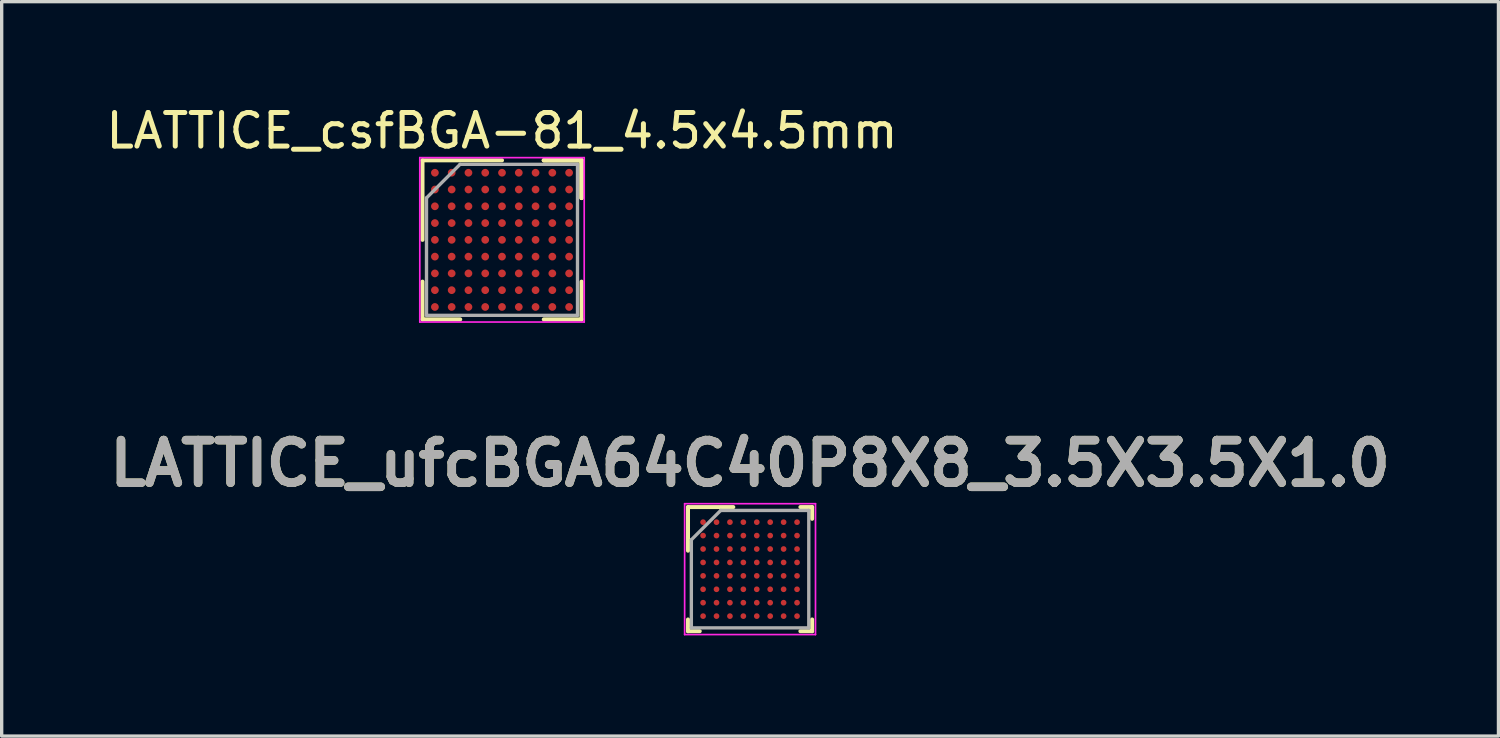
<source format=kicad_pcb>
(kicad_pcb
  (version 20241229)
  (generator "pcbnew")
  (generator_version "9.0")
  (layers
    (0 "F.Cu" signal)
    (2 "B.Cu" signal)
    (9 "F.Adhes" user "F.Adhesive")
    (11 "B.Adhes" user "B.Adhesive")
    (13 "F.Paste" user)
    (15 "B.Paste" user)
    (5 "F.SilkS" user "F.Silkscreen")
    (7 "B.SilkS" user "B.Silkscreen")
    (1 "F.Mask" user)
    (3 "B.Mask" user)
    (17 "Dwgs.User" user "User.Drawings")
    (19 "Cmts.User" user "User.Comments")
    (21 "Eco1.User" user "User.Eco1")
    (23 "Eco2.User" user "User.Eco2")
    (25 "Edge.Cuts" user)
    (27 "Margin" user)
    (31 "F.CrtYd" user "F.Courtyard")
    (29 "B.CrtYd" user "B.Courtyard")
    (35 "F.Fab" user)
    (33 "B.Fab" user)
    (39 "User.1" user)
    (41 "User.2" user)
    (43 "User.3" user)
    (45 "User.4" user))
  (footprint "LATTICE_ufcBGA64C40P8X8_3.5X3.5X1.0"
    (layer "F.Cu")
    (at 19.304 13.912)
    (property "Reference" "LATTICE_ufcBGA64C40P8X8_3.5X3.5X1.0" (at 0 -3.15 0) (layer "F.SilkS") (effects (font (size 1.27 1.27) (thickness 0.254))))
    (attr smd)
    (fp_line (start -1.85 -1.85) (end -0.5 -1.85) (stroke (width 0.12) (type solid)) (layer "F.SilkS"))
    (fp_line (start -1.85 -0.55) (end -1.85 -1.85) (stroke (width 0.12) (type solid)) (layer "F.SilkS"))
    (fp_line (start -1.85 1.85) (end -1.85 1.5) (stroke (width 0.12) (type solid)) (layer "F.SilkS"))
    (fp_line (start -1.5 1.85) (end -1.85 1.85) (stroke (width 0.12) (type solid)) (layer "F.SilkS"))
    (fp_line (start 1.5 -1.85) (end 1.85 -1.85) (stroke (width 0.12) (type solid)) (layer "F.SilkS"))
    (fp_line (start 1.85 -1.85) (end 1.85 -1.5) (stroke (width 0.12) (type solid)) (layer "F.SilkS"))
    (fp_line (start 1.85 1.5) (end 1.85 1.85) (stroke (width 0.12) (type solid)) (layer "F.SilkS"))
    (fp_line (start 1.85 1.85) (end 1.5 1.85) (stroke (width 0.12) (type solid)) (layer "F.SilkS"))
    (fp_line (start -1.95 -1.95) (end 1.95 -1.95) (stroke (width 0.05) (type solid)) (layer "F.CrtYd"))
    (fp_line (start -1.95 1.95) (end -1.95 -1.95) (stroke (width 0.05) (type solid)) (layer "F.CrtYd"))
    (fp_line (start 1.95 -1.95) (end 1.95 1.95) (stroke (width 0.05) (type solid)) (layer "F.CrtYd"))
    (fp_line (start 1.95 1.95) (end -1.95 1.95) (stroke (width 0.05) (type solid)) (layer "F.CrtYd"))
    (fp_line (start -1.75 -0.875) (end -0.875 -1.75) (stroke (width 0.1) (type solid)) (layer "F.Fab"))
    (fp_line (start -1.75 1.75) (end -1.75 -0.875) (stroke (width 0.1) (type solid)) (layer "F.Fab"))
    (fp_line (start -0.875 -1.75) (end 1.75 -1.75) (stroke (width 0.1) (type solid)) (layer "F.Fab"))
    (fp_line (start 1.75 -1.75) (end 1.75 1.75) (stroke (width 0.1) (type solid)) (layer "F.Fab"))
    (fp_line (start 1.75 1.75) (end -1.75 1.75) (stroke (width 0.1) (type solid)) (layer "F.Fab"))
    (fp_text user "${REFERENCE}" (at 0 -3.15 0) (layer "F.Fab") (effects (font (size 1.27 1.27) (thickness 0.254))))
    (pad "A1" smd circle (at -1.4 -1.4 90) (size 0.17 0.17) (layers "F.Cu" "F.Mask" "F.Paste"))
    (pad "A2" smd circle (at -1 -1.4 90) (size 0.17 0.17) (layers "F.Cu" "F.Mask" "F.Paste"))
    (pad "A3" smd circle (at -0.6 -1.4 90) (size 0.17 0.17) (layers "F.Cu" "F.Mask" "F.Paste"))
    (pad "A4" smd circle (at -0.2 -1.4 90) (size 0.17 0.17) (layers "F.Cu" "F.Mask" "F.Paste"))
    (pad "A5" smd circle (at 0.2 -1.4 90) (size 0.17 0.17) (layers "F.Cu" "F.Mask" "F.Paste"))
    (pad "A6" smd circle (at 0.6 -1.4 90) (size 0.17 0.17) (layers "F.Cu" "F.Mask" "F.Paste"))
    (pad "A7" smd circle (at 1 -1.4 90) (size 0.17 0.17) (layers "F.Cu" "F.Mask" "F.Paste"))
    (pad "A8" smd circle (at 1.4 -1.4 90) (size 0.17 0.17) (layers "F.Cu" "F.Mask" "F.Paste"))
    (pad "B1" smd circle (at -1.4 -1 90) (size 0.17 0.17) (layers "F.Cu" "F.Mask" "F.Paste"))
    (pad "B2" smd circle (at -1 -1 90) (size 0.17 0.17) (layers "F.Cu" "F.Mask" "F.Paste"))
    (pad "B3" smd circle (at -0.6 -1 90) (size 0.17 0.17) (layers "F.Cu" "F.Mask" "F.Paste"))
    (pad "B4" smd circle (at -0.2 -1 90) (size 0.17 0.17) (layers "F.Cu" "F.Mask" "F.Paste"))
    (pad "B5" smd circle (at 0.2 -1 90) (size 0.17 0.17) (layers "F.Cu" "F.Mask" "F.Paste"))
    (pad "B6" smd circle (at 0.6 -1 90) (size 0.17 0.17) (layers "F.Cu" "F.Mask" "F.Paste"))
    (pad "B7" smd circle (at 1 -1 90) (size 0.17 0.17) (layers "F.Cu" "F.Mask" "F.Paste"))
    (pad "B8" smd circle (at 1.4 -1 90) (size 0.17 0.17) (layers "F.Cu" "F.Mask" "F.Paste"))
    (pad "C1" smd circle (at -1.4 -0.6 90) (size 0.17 0.17) (layers "F.Cu" "F.Mask" "F.Paste"))
    (pad "C2" smd circle (at -1 -0.6 90) (size 0.17 0.17) (layers "F.Cu" "F.Mask" "F.Paste"))
    (pad "C3" smd circle (at -0.6 -0.6 90) (size 0.17 0.17) (layers "F.Cu" "F.Mask" "F.Paste"))
    (pad "C4" smd circle (at -0.2 -0.6 90) (size 0.17 0.17) (layers "F.Cu" "F.Mask" "F.Paste"))
    (pad "C5" smd circle (at 0.2 -0.6 90) (size 0.17 0.17) (layers "F.Cu" "F.Mask" "F.Paste"))
    (pad "C6" smd circle (at 0.6 -0.6 90) (size 0.17 0.17) (layers "F.Cu" "F.Mask" "F.Paste"))
    (pad "C7" smd circle (at 1 -0.6 90) (size 0.17 0.17) (layers "F.Cu" "F.Mask" "F.Paste"))
    (pad "C8" smd circle (at 1.4 -0.6 90) (size 0.17 0.17) (layers "F.Cu" "F.Mask" "F.Paste"))
    (pad "D1" smd circle (at -1.4 -0.2 90) (size 0.17 0.17) (layers "F.Cu" "F.Mask" "F.Paste"))
    (pad "D2" smd circle (at -1 -0.2 90) (size 0.17 0.17) (layers "F.Cu" "F.Mask" "F.Paste"))
    (pad "D3" smd circle (at -0.6 -0.2 90) (size 0.17 0.17) (layers "F.Cu" "F.Mask" "F.Paste"))
    (pad "D4" smd circle (at -0.2 -0.2 90) (size 0.17 0.17) (layers "F.Cu" "F.Mask" "F.Paste"))
    (pad "D5" smd circle (at 0.2 -0.2 90) (size 0.17 0.17) (layers "F.Cu" "F.Mask" "F.Paste"))
    (pad "D6" smd circle (at 0.6 -0.2 90) (size 0.17 0.17) (layers "F.Cu" "F.Mask" "F.Paste"))
    (pad "D7" smd circle (at 1 -0.2 90) (size 0.17 0.17) (layers "F.Cu" "F.Mask" "F.Paste"))
    (pad "D8" smd circle (at 1.4 -0.2 90) (size 0.17 0.17) (layers "F.Cu" "F.Mask" "F.Paste"))
    (pad "E1" smd circle (at -1.4 0.2 90) (size 0.17 0.17) (layers "F.Cu" "F.Mask" "F.Paste"))
    (pad "E2" smd circle (at -1 0.2 90) (size 0.17 0.17) (layers "F.Cu" "F.Mask" "F.Paste"))
    (pad "E3" smd circle (at -0.6 0.2 90) (size 0.17 0.17) (layers "F.Cu" "F.Mask" "F.Paste"))
    (pad "E4" smd circle (at -0.2 0.2 90) (size 0.17 0.17) (layers "F.Cu" "F.Mask" "F.Paste"))
    (pad "E5" smd circle (at 0.2 0.2 90) (size 0.17 0.17) (layers "F.Cu" "F.Mask" "F.Paste"))
    (pad "E6" smd circle (at 0.6 0.2 90) (size 0.17 0.17) (layers "F.Cu" "F.Mask" "F.Paste"))
    (pad "E7" smd circle (at 1 0.2 90) (size 0.17 0.17) (layers "F.Cu" "F.Mask" "F.Paste"))
    (pad "E8" smd circle (at 1.4 0.2 90) (size 0.17 0.17) (layers "F.Cu" "F.Mask" "F.Paste"))
    (pad "F1" smd circle (at -1.4 0.6 90) (size 0.17 0.17) (layers "F.Cu" "F.Mask" "F.Paste"))
    (pad "F2" smd circle (at -1 0.6 90) (size 0.17 0.17) (layers "F.Cu" "F.Mask" "F.Paste"))
    (pad "F3" smd circle (at -0.6 0.6 90) (size 0.17 0.17) (layers "F.Cu" "F.Mask" "F.Paste"))
    (pad "F4" smd circle (at -0.2 0.6 90) (size 0.17 0.17) (layers "F.Cu" "F.Mask" "F.Paste"))
    (pad "F5" smd circle (at 0.2 0.6 90) (size 0.17 0.17) (layers "F.Cu" "F.Mask" "F.Paste"))
    (pad "F6" smd circle (at 0.6 0.6 90) (size 0.17 0.17) (layers "F.Cu" "F.Mask" "F.Paste"))
    (pad "F7" smd circle (at 1 0.6 90) (size 0.17 0.17) (layers "F.Cu" "F.Mask" "F.Paste"))
    (pad "F8" smd circle (at 1.4 0.6 90) (size 0.17 0.17) (layers "F.Cu" "F.Mask" "F.Paste"))
    (pad "G1" smd circle (at -1.4 1 90) (size 0.17 0.17) (layers "F.Cu" "F.Mask" "F.Paste"))
    (pad "G2" smd circle (at -1 1 90) (size 0.17 0.17) (layers "F.Cu" "F.Mask" "F.Paste"))
    (pad "G3" smd circle (at -0.6 1 90) (size 0.17 0.17) (layers "F.Cu" "F.Mask" "F.Paste"))
    (pad "G4" smd circle (at -0.2 1 90) (size 0.17 0.17) (layers "F.Cu" "F.Mask" "F.Paste"))
    (pad "G5" smd circle (at 0.2 1 90) (size 0.17 0.17) (layers "F.Cu" "F.Mask" "F.Paste"))
    (pad "G6" smd circle (at 0.6 1 90) (size 0.17 0.17) (layers "F.Cu" "F.Mask" "F.Paste"))
    (pad "G7" smd circle (at 1 1 90) (size 0.17 0.17) (layers "F.Cu" "F.Mask" "F.Paste"))
    (pad "G8" smd circle (at 1.4 1 90) (size 0.17 0.17) (layers "F.Cu" "F.Mask" "F.Paste"))
    (pad "H1" smd circle (at -1.4 1.4 90) (size 0.17 0.17) (layers "F.Cu" "F.Mask" "F.Paste"))
    (pad "H2" smd circle (at -1 1.4 90) (size 0.17 0.17) (layers "F.Cu" "F.Mask" "F.Paste"))
    (pad "H3" smd circle (at -0.6 1.4 90) (size 0.17 0.17) (layers "F.Cu" "F.Mask" "F.Paste"))
    (pad "H4" smd circle (at -0.2 1.4 90) (size 0.17 0.17) (layers "F.Cu" "F.Mask" "F.Paste"))
    (pad "H5" smd circle (at 0.2 1.4 90) (size 0.17 0.17) (layers "F.Cu" "F.Mask" "F.Paste"))
    (pad "H6" smd circle (at 0.6 1.4 90) (size 0.17 0.17) (layers "F.Cu" "F.Mask" "F.Paste"))
    (pad "H7" smd circle (at 1 1.4 90) (size 0.17 0.17) (layers "F.Cu" "F.Mask" "F.Paste"))
    (pad "H8" smd circle (at 1.4 1.4 90) (size 0.17 0.17) (layers "F.Cu" "F.Mask" "F.Paste")))
  (footprint "LATTICE_csfBGA-81_4.5x4.5mm"
    (layer "F.Cu")
    (at 11.911 4.098)
    (property "Reference" "LATTICE_csfBGA-81_4.5x4.5mm" (at 0 -3.25 0) (layer "F.SilkS") (effects (font (size 1 1) (thickness 0.15))))
    (attr through_hole)
    (fp_line (start -2.37 -2.37) (end 0 -2.37) (stroke (width 0.12) (type default)) (layer "F.SilkS"))
    (fp_line (start -2.37 0) (end -2.37 -2.37) (stroke (width 0.12) (type default)) (layer "F.SilkS"))
    (fp_line (start -2.37 2.37) (end -2.37 1.245) (stroke (width 0.12) (type default)) (layer "F.SilkS"))
    (fp_line (start -1.245 2.37) (end -2.37 2.37) (stroke (width 0.12) (type default)) (layer "F.SilkS"))
    (fp_line (start 1.245 -2.37) (end 2.37 -2.37) (stroke (width 0.12) (type default)) (layer "F.SilkS"))
    (fp_line (start 1.245 -2.37) (end 2.37 -2.37) (stroke (width 0.12) (type default)) (layer "F.SilkS"))
    (fp_line (start 1.245 -2.37) (end 2.37 -2.37) (stroke (width 0.12) (type default)) (layer "F.SilkS"))
    (fp_line (start 1.245 2.37) (end 2.37 2.37) (stroke (width 0.12) (type default)) (layer "F.SilkS"))
    (fp_line (start 2.37 -2.37) (end 2.37 -1.245) (stroke (width 0.12) (type default)) (layer "F.SilkS"))
    (fp_line (start 2.37 -2.37) (end 2.37 -1.245) (stroke (width 0.12) (type default)) (layer "F.SilkS"))
    (fp_line (start 2.37 -2.37) (end 2.37 -1.245) (stroke (width 0.12) (type default)) (layer "F.SilkS"))
    (fp_line (start 2.37 2.37) (end 2.37 1.245) (stroke (width 0.12) (type default)) (layer "F.SilkS"))
    (fp_line (start -2.45 -2.45) (end 2.45 -2.45) (stroke (width 0.05) (type default)) (layer "F.CrtYd"))
    (fp_line (start -2.45 2.45) (end -2.45 -2.45) (stroke (width 0.05) (type default)) (layer "F.CrtYd"))
    (fp_line (start 2.45 -2.45) (end 2.45 2.45) (stroke (width 0.05) (type default)) (layer "F.CrtYd"))
    (fp_line (start 2.45 2.45) (end -2.45 2.45) (stroke (width 0.05) (type default)) (layer "F.CrtYd"))
    (fp_line (start -2.25 -1.25) (end -2.25 2.25) (stroke (width 0.1) (type default)) (layer "F.Fab"))
    (fp_line (start -2.25 2.25) (end 2.25 2.25) (stroke (width 0.1) (type default)) (layer "F.Fab"))
    (fp_line (start -1.25 -2.25) (end -2.25 -1.25) (stroke (width 0.1) (type default)) (layer "F.Fab"))
    (fp_line (start 2.25 -2.25) (end -1.25 -2.25) (stroke (width 0.1) (type default)) (layer "F.Fab"))
    (fp_line (start 2.25 2.25) (end 2.25 -2.25) (stroke (width 0.1) (type default)) (layer "F.Fab"))
    (pad "A1" smd circle (at -2 -2) (size 0.23 0.23) (layers "F.Cu" "F.Mask" "F.Paste"))
    (pad "A2" smd circle (at -1.5 -2) (size 0.23 0.23) (layers "F.Cu" "F.Mask" "F.Paste"))
    (pad "A3" smd circle (at -1 -2) (size 0.23 0.23) (layers "F.Cu" "F.Mask" "F.Paste"))
    (pad "A4" smd circle (at -0.5 -2) (size 0.23 0.23) (layers "F.Cu" "F.Mask" "F.Paste"))
    (pad "A5" smd circle (at 0 -2) (size 0.23 0.23) (layers "F.Cu" "F.Mask" "F.Paste"))
    (pad "A6" smd circle (at 0.5 -2) (size 0.23 0.23) (layers "F.Cu" "F.Mask" "F.Paste"))
    (pad "A7" smd circle (at 1 -2) (size 0.23 0.23) (layers "F.Cu" "F.Mask" "F.Paste"))
    (pad "A8" smd circle (at 1.5 -2) (size 0.23 0.23) (layers "F.Cu" "F.Mask" "F.Paste"))
    (pad "A9" smd circle (at 2 -2) (size 0.23 0.23) (layers "F.Cu" "F.Mask" "F.Paste"))
    (pad "B1" smd circle (at -2 -1.5) (size 0.23 0.23) (layers "F.Cu" "F.Mask" "F.Paste"))
    (pad "B2" smd circle (at -1.5 -1.5) (size 0.23 0.23) (layers "F.Cu" "F.Mask" "F.Paste"))
    (pad "B3" smd circle (at -1 -1.5) (size 0.23 0.23) (layers "F.Cu" "F.Mask" "F.Paste"))
    (pad "B4" smd circle (at -0.5 -1.5) (size 0.23 0.23) (layers "F.Cu" "F.Mask" "F.Paste"))
    (pad "B5" smd circle (at 0 -1.5) (size 0.23 0.23) (layers "F.Cu" "F.Mask" "F.Paste"))
    (pad "B6" smd circle (at 0.5 -1.5) (size 0.23 0.23) (layers "F.Cu" "F.Mask" "F.Paste"))
    (pad "B7" smd circle (at 1 -1.5) (size 0.23 0.23) (layers "F.Cu" "F.Mask" "F.Paste"))
    (pad "B8" smd circle (at 1.5 -1.5) (size 0.23 0.23) (layers "F.Cu" "F.Mask" "F.Paste"))
    (pad "B9" smd circle (at 2 -1.5) (size 0.23 0.23) (layers "F.Cu" "F.Mask" "F.Paste"))
    (pad "C1" smd circle (at -2 -1) (size 0.23 0.23) (layers "F.Cu" "F.Mask" "F.Paste"))
    (pad "C2" smd circle (at -1.5 -1) (size 0.23 0.23) (layers "F.Cu" "F.Mask" "F.Paste"))
    (pad "C3" smd circle (at -1 -1) (size 0.23 0.23) (layers "F.Cu" "F.Mask" "F.Paste"))
    (pad "C4" smd circle (at -0.5 -1) (size 0.23 0.23) (layers "F.Cu" "F.Mask" "F.Paste"))
    (pad "C5" smd circle (at 0 -1) (size 0.23 0.23) (layers "F.Cu" "F.Mask" "F.Paste"))
    (pad "C6" smd circle (at 0.5 -1) (size 0.23 0.23) (layers "F.Cu" "F.Mask" "F.Paste"))
    (pad "C7" smd circle (at 1 -1) (size 0.23 0.23) (layers "F.Cu" "F.Mask" "F.Paste"))
    (pad "C8" smd circle (at 1.5 -1) (size 0.23 0.23) (layers "F.Cu" "F.Mask" "F.Paste"))
    (pad "C9" smd circle (at 2 -1) (size 0.23 0.23) (layers "F.Cu" "F.Mask" "F.Paste"))
    (pad "D1" smd circle (at -2 -0.5) (size 0.23 0.23) (layers "F.Cu" "F.Mask" "F.Paste"))
    (pad "D2" smd circle (at -1.5 -0.5) (size 0.23 0.23) (layers "F.Cu" "F.Mask" "F.Paste"))
    (pad "D3" smd circle (at -1 -0.5) (size 0.23 0.23) (layers "F.Cu" "F.Mask" "F.Paste"))
    (pad "D4" smd circle (at -0.5 -0.5) (size 0.23 0.23) (layers "F.Cu" "F.Mask" "F.Paste"))
    (pad "D5" smd circle (at 0 -0.5) (size 0.23 0.23) (layers "F.Cu" "F.Mask" "F.Paste"))
    (pad "D6" smd circle (at 0.5 -0.5) (size 0.23 0.23) (layers "F.Cu" "F.Mask" "F.Paste"))
    (pad "D7" smd circle (at 1 -0.5) (size 0.23 0.23) (layers "F.Cu" "F.Mask" "F.Paste"))
    (pad "D8" smd circle (at 1.5 -0.5) (size 0.23 0.23) (layers "F.Cu" "F.Mask" "F.Paste"))
    (pad "D9" smd circle (at 2 -0.5) (size 0.23 0.23) (layers "F.Cu" "F.Mask" "F.Paste"))
    (pad "E1" smd circle (at -2 0) (size 0.23 0.23) (layers "F.Cu" "F.Mask" "F.Paste"))
    (pad "E2" smd circle (at -1.5 0) (size 0.23 0.23) (layers "F.Cu" "F.Mask" "F.Paste"))
    (pad "E3" smd circle (at -1 0) (size 0.23 0.23) (layers "F.Cu" "F.Mask" "F.Paste"))
    (pad "E4" smd circle (at -0.5 0) (size 0.23 0.23) (layers "F.Cu" "F.Mask" "F.Paste"))
    (pad "E5" smd circle (at 0 0) (size 0.23 0.23) (layers "F.Cu" "F.Mask" "F.Paste"))
    (pad "E6" smd circle (at 0.5 0) (size 0.23 0.23) (layers "F.Cu" "F.Mask" "F.Paste"))
    (pad "E7" smd circle (at 1 0) (size 0.23 0.23) (layers "F.Cu" "F.Mask" "F.Paste"))
    (pad "E8" smd circle (at 1.5 0) (size 0.23 0.23) (layers "F.Cu" "F.Mask" "F.Paste"))
    (pad "E9" smd circle (at 2 0) (size 0.23 0.23) (layers "F.Cu" "F.Mask" "F.Paste"))
    (pad "F1" smd circle (at -2 0.5) (size 0.23 0.23) (layers "F.Cu" "F.Mask" "F.Paste"))
    (pad "F2" smd circle (at -1.5 0.5) (size 0.23 0.23) (layers "F.Cu" "F.Mask" "F.Paste"))
    (pad "F3" smd circle (at -1 0.5) (size 0.23 0.23) (layers "F.Cu" "F.Mask" "F.Paste"))
    (pad "F4" smd circle (at -0.5 0.5) (size 0.23 0.23) (layers "F.Cu" "F.Mask" "F.Paste"))
    (pad "F5" smd circle (at 0 0.5) (size 0.23 0.23) (layers "F.Cu" "F.Mask" "F.Paste"))
    (pad "F6" smd circle (at 0.5 0.5) (size 0.23 0.23) (layers "F.Cu" "F.Mask" "F.Paste"))
    (pad "F7" smd circle (at 1 0.5) (size 0.23 0.23) (layers "F.Cu" "F.Mask" "F.Paste"))
    (pad "F8" smd circle (at 1.5 0.5) (size 0.23 0.23) (layers "F.Cu" "F.Mask" "F.Paste"))
    (pad "F9" smd circle (at 2 0.5) (size 0.23 0.23) (layers "F.Cu" "F.Mask" "F.Paste"))
    (pad "G1" smd circle (at -2 1) (size 0.23 0.23) (layers "F.Cu" "F.Mask" "F.Paste"))
    (pad "G2" smd circle (at -1.5 1) (size 0.23 0.23) (layers "F.Cu" "F.Mask" "F.Paste"))
    (pad "G3" smd circle (at -1 1) (size 0.23 0.23) (layers "F.Cu" "F.Mask" "F.Paste"))
    (pad "G4" smd circle (at -0.5 1) (size 0.23 0.23) (layers "F.Cu" "F.Mask" "F.Paste"))
    (pad "G5" smd circle (at 0 1) (size 0.23 0.23) (layers "F.Cu" "F.Mask" "F.Paste"))
    (pad "G6" smd circle (at 0.5 1) (size 0.23 0.23) (layers "F.Cu" "F.Mask" "F.Paste"))
    (pad "G7" smd circle (at 1 1) (size 0.23 0.23) (layers "F.Cu" "F.Mask" "F.Paste"))
    (pad "G8" smd circle (at 1.5 1) (size 0.23 0.23) (layers "F.Cu" "F.Mask" "F.Paste"))
    (pad "G9" smd circle (at 2 1) (size 0.23 0.23) (layers "F.Cu" "F.Mask" "F.Paste"))
    (pad "H1" smd circle (at -2 1.5) (size 0.23 0.23) (layers "F.Cu" "F.Mask" "F.Paste"))
    (pad "H2" smd circle (at -1.5 1.5) (size 0.23 0.23) (layers "F.Cu" "F.Mask" "F.Paste"))
    (pad "H3" smd circle (at -1 1.5) (size 0.23 0.23) (layers "F.Cu" "F.Mask" "F.Paste"))
    (pad "H4" smd circle (at -0.5 1.5) (size 0.23 0.23) (layers "F.Cu" "F.Mask" "F.Paste"))
    (pad "H5" smd circle (at 0 1.5) (size 0.23 0.23) (layers "F.Cu" "F.Mask" "F.Paste"))
    (pad "H6" smd circle (at 0.5 1.5) (size 0.23 0.23) (layers "F.Cu" "F.Mask" "F.Paste"))
    (pad "H7" smd circle (at 1 1.5) (size 0.23 0.23) (layers "F.Cu" "F.Mask" "F.Paste"))
    (pad "H8" smd circle (at 1.5 1.5) (size 0.23 0.23) (layers "F.Cu" "F.Mask" "F.Paste"))
    (pad "H9" smd circle (at 2 1.5) (size 0.23 0.23) (layers "F.Cu" "F.Mask" "F.Paste"))
    (pad "J1" smd circle (at -2 2) (size 0.23 0.23) (layers "F.Cu" "F.Mask" "F.Paste"))
    (pad "J2" smd circle (at -1.5 2) (size 0.23 0.23) (layers "F.Cu" "F.Mask" "F.Paste"))
    (pad "J3" smd circle (at -1 2) (size 0.23 0.23) (layers "F.Cu" "F.Mask" "F.Paste"))
    (pad "J4" smd circle (at -0.5 2) (size 0.23 0.23) (layers "F.Cu" "F.Mask" "F.Paste"))
    (pad "J5" smd circle (at 0 2) (size 0.23 0.23) (layers "F.Cu" "F.Mask" "F.Paste"))
    (pad "J6" smd circle (at 0.5 2) (size 0.23 0.23) (layers "F.Cu" "F.Mask" "F.Paste"))
    (pad "J7" smd circle (at 1 2) (size 0.23 0.23) (layers "F.Cu" "F.Mask" "F.Paste"))
    (pad "J8" smd circle (at 1.5 2) (size 0.23 0.23) (layers "F.Cu" "F.Mask" "F.Paste"))
    (pad "J9" smd circle (at 2 2) (size 0.23 0.23) (layers "F.Cu" "F.Mask" "F.Paste")))
  (gr_rect
    (start -3 -3)
    (end 41.608 18.887)
    (stroke (width 0.1) (type default))
    (fill no)
    (layer "Edge.Cuts")))
</source>
